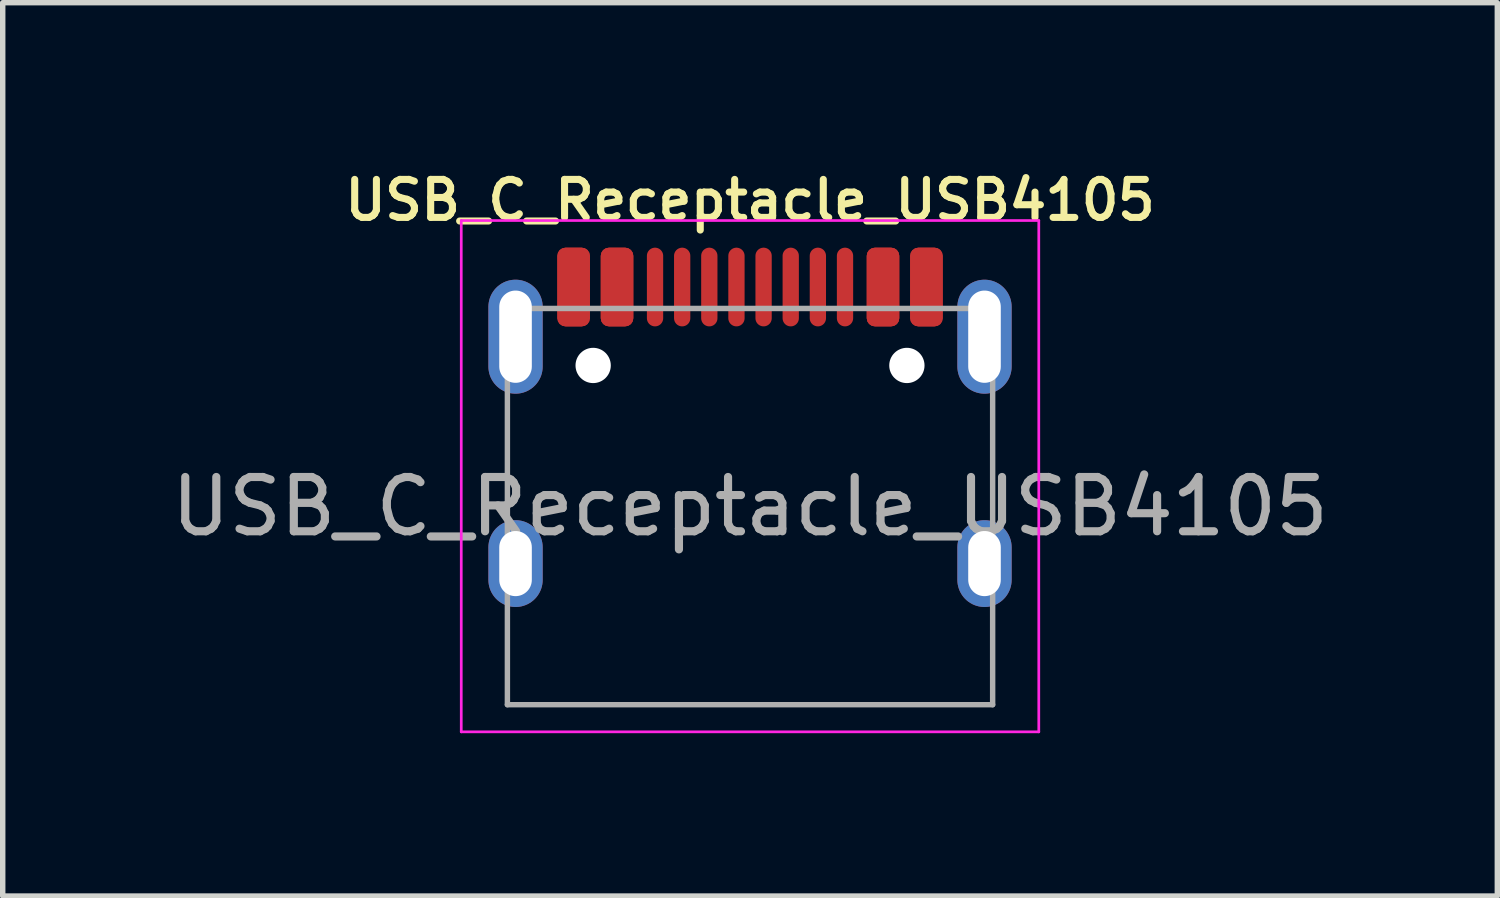
<source format=kicad_pcb>
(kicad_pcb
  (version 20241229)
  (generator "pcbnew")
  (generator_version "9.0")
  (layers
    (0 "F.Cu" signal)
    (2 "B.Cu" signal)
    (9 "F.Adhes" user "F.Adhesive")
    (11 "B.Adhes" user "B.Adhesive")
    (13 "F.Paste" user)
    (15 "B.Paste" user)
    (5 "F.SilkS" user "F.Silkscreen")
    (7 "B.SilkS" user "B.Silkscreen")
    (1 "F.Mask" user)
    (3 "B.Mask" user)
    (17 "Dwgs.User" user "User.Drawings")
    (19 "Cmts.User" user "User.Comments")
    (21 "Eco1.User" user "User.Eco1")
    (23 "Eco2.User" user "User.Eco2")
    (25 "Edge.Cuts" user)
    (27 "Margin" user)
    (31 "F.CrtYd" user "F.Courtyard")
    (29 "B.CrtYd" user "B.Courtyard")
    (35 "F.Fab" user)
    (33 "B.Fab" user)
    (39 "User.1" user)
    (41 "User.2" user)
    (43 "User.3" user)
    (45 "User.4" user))
  (footprint "USB_C_Receptacle_USB4105"
    (layer "F.Cu")
    (at 10.768 6.283)
    (property "Reference" "USB_C_Receptacle_USB4105" (at 0 -5.645 0) (layer "F.SilkS") (effects (font (size 0.7 0.7) (thickness 0.13))))
    (attr through_hole)
    (fp_line (start -5.32 -5.27) (end -5.32 4.15) (stroke (width 0.05) (type solid)) (layer "F.CrtYd"))
    (fp_line (start -5.32 -5.27) (end 5.32 -5.27) (stroke (width 0.05) (type solid)) (layer "F.CrtYd"))
    (fp_line (start -5.32 4.15) (end 5.32 4.15) (stroke (width 0.05) (type solid)) (layer "F.CrtYd"))
    (fp_line (start 5.32 -5.27) (end 5.32 4.15) (stroke (width 0.05) (type solid)) (layer "F.CrtYd"))
    (fp_line (start -4.47 -3.65) (end -4.47 3.65) (stroke (width 0.1) (type solid)) (layer "F.Fab"))
    (fp_line (start -4.47 -3.65) (end 4.47 -3.65) (stroke (width 0.1) (type solid)) (layer "F.Fab"))
    (fp_line (start -4.47 3.65) (end 4.47 3.65) (stroke (width 0.1) (type solid)) (layer "F.Fab"))
    (fp_line (start 4.47 -3.65) (end 4.47 3.65) (stroke (width 0.1) (type solid)) (layer "F.Fab"))
    (fp_text user "${REFERENCE}" (at 0 0 0) (layer "F.Fab") (effects (font (size 1 1) (thickness 0.15))))
    (pad "" np_thru_hole circle (at -2.89 -2.6) (size 0.65 0.65) (drill 0.65) (layers "*.Cu" "*.Mask"))
    (pad "" np_thru_hole circle (at 2.89 -2.6) (size 0.65 0.65) (drill 0.65) (layers "*.Cu" "*.Mask"))
    (pad "A1" smd roundrect (at -3.25 -4.045) (size 0.6 1.45) (layers "F.Cu" "F.Mask" "F.Paste") (roundrect_rratio 0.25))
    (pad "A4" smd roundrect (at -2.45 -4.045) (size 0.6 1.45) (layers "F.Cu" "F.Mask" "F.Paste") (roundrect_rratio 0.25))
    (pad "A5" smd oval (at -1.25 -4.045) (size 0.3 1.45) (layers "F.Cu" "F.Mask" "F.Paste"))
    (pad "A6" smd oval (at -0.25 -4.045) (size 0.3 1.45) (layers "F.Cu" "F.Mask" "F.Paste"))
    (pad "A7" smd oval (at 0.25 -4.045) (size 0.3 1.45) (layers "F.Cu" "F.Mask" "F.Paste"))
    (pad "A8" smd oval (at 1.25 -4.045) (size 0.3 1.45) (layers "F.Cu" "F.Mask" "F.Paste"))
    (pad "A9" smd roundrect (at 2.45 -4.045) (size 0.6 1.45) (layers "F.Cu" "F.Mask" "F.Paste") (roundrect_rratio 0.25))
    (pad "A12" smd roundrect (at 3.25 -4.045) (size 0.6 1.45) (layers "F.Cu" "F.Mask" "F.Paste") (roundrect_rratio 0.25))
    (pad "B1" smd roundrect (at 3.25 -4.045) (size 0.6 1.45) (layers "F.Cu" "F.Mask" "F.Paste") (roundrect_rratio 0.25))
    (pad "B4" smd roundrect (at 2.45 -4.045) (size 0.6 1.45) (layers "F.Cu" "F.Mask" "F.Paste") (roundrect_rratio 0.25))
    (pad "B5" smd oval (at 1.75 -4.045) (size 0.3 1.45) (layers "F.Cu" "F.Mask" "F.Paste"))
    (pad "B6" smd oval (at 0.75 -4.045) (size 0.3 1.45) (layers "F.Cu" "F.Mask" "F.Paste"))
    (pad "B7" smd oval (at -0.75 -4.045) (size 0.3 1.45) (layers "F.Cu" "F.Mask" "F.Paste"))
    (pad "B8" smd oval (at -1.75 -4.045) (size 0.3 1.45) (layers "F.Cu" "F.Mask" "F.Paste"))
    (pad "B9" smd roundrect (at -2.45 -4.045) (size 0.6 1.45) (layers "F.Cu" "F.Mask" "F.Paste") (roundrect_rratio 0.25))
    (pad "B12" smd roundrect (at -3.25 -4.045) (size 0.6 1.45) (layers "F.Cu" "F.Mask" "F.Paste") (roundrect_rratio 0.25))
    (pad "S1" thru_hole oval (at -4.32 -3.13) (size 1 2.1) (drill oval 0.6 1.7) (layers "*.Cu" "*.Mask"))
    (pad "S1" thru_hole oval (at -4.32 1.05) (size 1 1.6) (drill oval 0.6 1.2) (layers "*.Cu" "*.Mask"))
    (pad "S1" thru_hole oval (at 4.32 -3.13) (size 1 2.1) (drill oval 0.6 1.7) (layers "*.Cu" "*.Mask"))
    (pad "S1" thru_hole oval (at 4.32 1.05) (size 1 1.6) (drill oval 0.6 1.2) (layers "*.Cu" "*.Mask")))
  (gr_rect
    (start -3 -3)
    (end 24.536 13.458)
    (stroke (width 0.1) (type default))
    (fill no)
    (layer "Edge.Cuts")))
</source>
